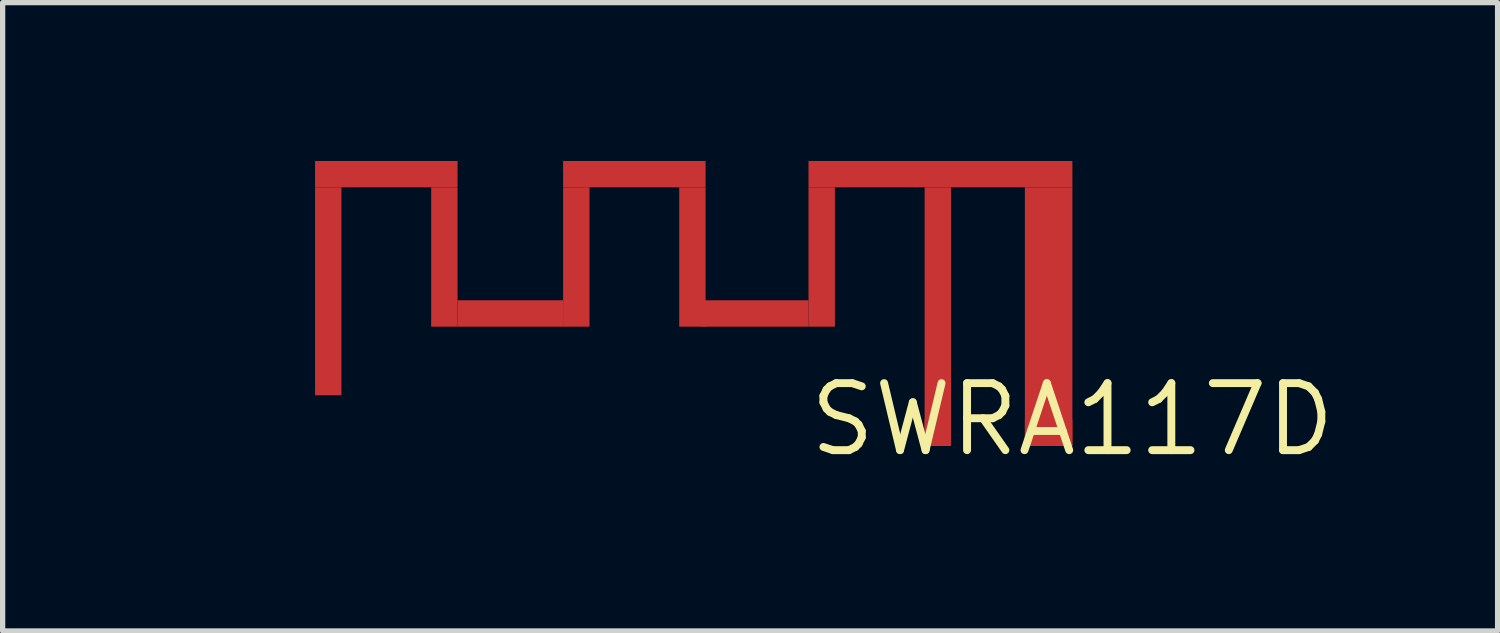
<source format=kicad_pcb>
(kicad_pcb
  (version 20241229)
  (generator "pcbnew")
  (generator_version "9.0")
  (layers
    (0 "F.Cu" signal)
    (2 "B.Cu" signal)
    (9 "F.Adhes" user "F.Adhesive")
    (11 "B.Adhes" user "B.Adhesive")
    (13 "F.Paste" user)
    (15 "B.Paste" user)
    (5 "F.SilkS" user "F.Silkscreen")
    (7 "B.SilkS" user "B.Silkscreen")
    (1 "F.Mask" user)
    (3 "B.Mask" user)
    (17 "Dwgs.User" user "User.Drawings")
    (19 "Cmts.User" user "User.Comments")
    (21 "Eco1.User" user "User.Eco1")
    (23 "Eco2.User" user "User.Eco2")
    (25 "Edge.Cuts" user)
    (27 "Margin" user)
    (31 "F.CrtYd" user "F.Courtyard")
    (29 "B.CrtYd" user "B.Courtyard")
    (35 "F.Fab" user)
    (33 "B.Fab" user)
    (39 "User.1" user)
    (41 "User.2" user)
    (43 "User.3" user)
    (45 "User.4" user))
  (footprint "SWRA117D"
    (layer "F.Cu")
    (at 0.25 4.9)
    (property "Reference" "SWRA117D" (at 17.02 0 0) (layer "F.SilkS") (effects (font (size 1.27 1.27) (thickness 0.15))))
    (attr through_hole)
    (fp_poly (pts (xy 3.17 -4.4) (xy 3.17 -0.46) (xy 2.67 -0.46) (xy 2.67 -4.4) (xy 3.17 -4.4)) (stroke (width 0) (type solid)) (fill yes) (layer "F.Cu"))
    (fp_poly (pts (xy 5.37 -4.9) (xy 5.37 -4.4) (xy 2.67 -4.4) (xy 2.67 -4.9) (xy 5.37 -4.9)) (stroke (width 0) (type solid)) (fill yes) (layer "F.Cu"))
    (fp_poly (pts (xy 5.37 -4.4) (xy 5.37 -1.76) (xy 4.87 -1.76) (xy 4.87 -4.4) (xy 5.37 -4.4)) (stroke (width 0) (type solid)) (fill yes) (layer "F.Cu"))
    (fp_poly (pts (xy 7.37 -2.26) (xy 7.37 -1.76) (xy 5.37 -1.76) (xy 5.37 -2.26) (xy 7.37 -2.26)) (stroke (width 0) (type solid)) (fill yes) (layer "F.Cu"))
    (fp_poly (pts (xy 7.87 -4.4) (xy 7.87 -1.76) (xy 7.37 -1.76) (xy 7.37 -4.4) (xy 7.87 -4.4)) (stroke (width 0) (type solid)) (fill yes) (layer "F.Cu"))
    (fp_poly (pts (xy 10.07 -4.9) (xy 10.07 -4.4) (xy 7.37 -4.4) (xy 7.37 -4.9) (xy 10.07 -4.9)) (stroke (width 0) (type solid)) (fill yes) (layer "F.Cu"))
    (fp_poly (pts (xy 10.07 -4.4) (xy 10.07 -1.76) (xy 9.57 -1.76) (xy 9.57 -4.4) (xy 10.07 -4.4)) (stroke (width 0) (type solid)) (fill yes) (layer "F.Cu"))
    (fp_poly (pts (xy 12.02 -2.26) (xy 12.02 -1.76) (xy 10.02 -1.76) (xy 10.02 -2.26) (xy 12.02 -2.26)) (stroke (width 0) (type solid)) (fill yes) (layer "F.Cu"))
    (fp_poly (pts (xy 12.52 -4.4) (xy 12.52 -1.76) (xy 12.02 -1.76) (xy 12.02 -4.4) (xy 12.52 -4.4)) (stroke (width 0) (type solid)) (fill yes) (layer "F.Cu"))
    (fp_poly (pts (xy 14.72 -4.4) (xy 14.72 0.5) (xy 14.22 0.5) (xy 14.22 -4.4) (xy 14.72 -4.4)) (stroke (width 0) (type solid)) (fill yes) (layer "F.Cu"))
    (fp_poly (pts (xy 17.02 -4.9) (xy 17.02 -4.4) (xy 12.02 -4.4) (xy 12.02 -4.9) (xy 17.02 -4.9)) (stroke (width 0) (type solid)) (fill yes) (layer "F.Cu"))
    (fp_poly (pts (xy 17.02 -4.4) (xy 17.02 0.5) (xy 16.12 0.5) (xy 16.12 -4.4) (xy 17.02 -4.4)) (stroke (width 0) (type solid)) (fill yes) (layer "F.Cu"))
    (pad "1" smd rect (at 14.47 0.25) (size 0.5 0.5) (layers "F.Cu" "F.Mask" "F.Paste"))
    (pad "2" smd rect (at 16.57 0.25) (size 0.9 0.5) (layers "F.Cu" "F.Mask" "F.Paste")))
  (gr_rect
    (start -3 -3)
    (end 25.327 8.906)
    (stroke (width 0.1) (type default))
    (fill no)
    (layer "Edge.Cuts")))
</source>
